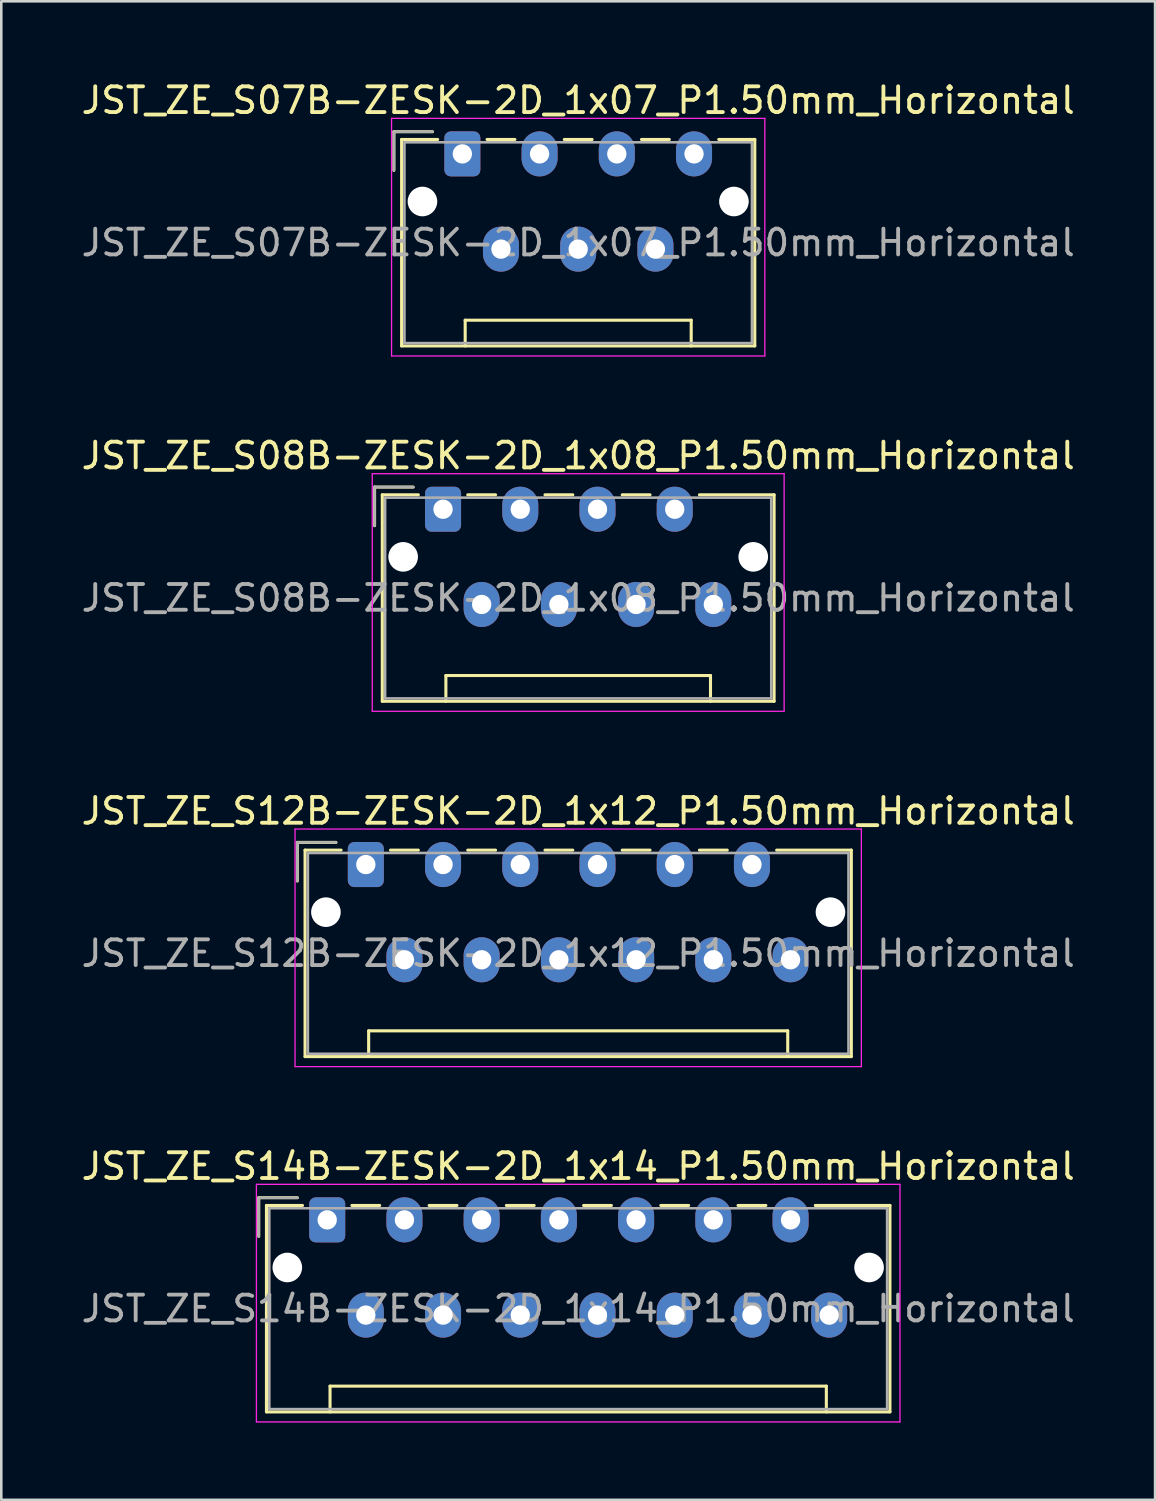
<source format=kicad_pcb>
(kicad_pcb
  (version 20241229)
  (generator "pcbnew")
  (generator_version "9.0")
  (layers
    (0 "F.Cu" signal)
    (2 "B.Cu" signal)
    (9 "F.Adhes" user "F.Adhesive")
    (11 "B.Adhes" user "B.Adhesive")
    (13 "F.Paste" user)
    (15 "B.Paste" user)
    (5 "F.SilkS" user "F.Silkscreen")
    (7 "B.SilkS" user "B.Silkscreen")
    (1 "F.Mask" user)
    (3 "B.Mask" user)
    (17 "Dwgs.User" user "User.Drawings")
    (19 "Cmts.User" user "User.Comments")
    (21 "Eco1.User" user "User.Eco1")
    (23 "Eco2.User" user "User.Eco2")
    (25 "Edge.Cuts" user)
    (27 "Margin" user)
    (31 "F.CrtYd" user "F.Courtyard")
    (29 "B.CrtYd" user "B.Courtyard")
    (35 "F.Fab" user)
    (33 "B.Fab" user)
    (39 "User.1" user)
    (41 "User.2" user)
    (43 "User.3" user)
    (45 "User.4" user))
  (footprint "JST_ZE_S14B-ZESK-2D_1x14_P1.50mm_Horizontal"
    (layer "F.Cu")
    (at 9.661 44.338)
    (property "Reference" "JST_ZE_S14B-ZESK-2D_1x14_P1.50mm_Horizontal" (at 9.75 -2.08 0) (layer "F.SilkS") (effects (font (size 1 1) (thickness 0.15))))
    (attr through_hole)
    (fp_line (start -2.66 -0.86) (end -1.16 -0.86) (stroke (width 0.12) (type solid)) (layer "F.SilkS"))
    (fp_line (start -2.66 0.64) (end -2.66 -0.86) (stroke (width 0.12) (type solid)) (layer "F.SilkS"))
    (fp_line (start -2.36 -0.56) (end -2.36 7.46) (stroke (width 0.12) (type solid)) (layer "F.SilkS"))
    (fp_line (start -2.36 7.46) (end 21.86 7.46) (stroke (width 0.12) (type solid)) (layer "F.SilkS"))
    (fp_line (start -0.96 -0.56) (end -2.36 -0.56) (stroke (width 0.12) (type solid)) (layer "F.SilkS"))
    (fp_line (start 0.11 6.46) (end 19.39 6.46) (stroke (width 0.12) (type solid)) (layer "F.SilkS"))
    (fp_line (start 0.11 7.46) (end 0.11 6.46) (stroke (width 0.12) (type solid)) (layer "F.SilkS"))
    (fp_line (start 0.96 -0.56) (end 2.04 -0.56) (stroke (width 0.12) (type solid)) (layer "F.SilkS"))
    (fp_line (start 3.96 -0.56) (end 5.04 -0.56) (stroke (width 0.12) (type solid)) (layer "F.SilkS"))
    (fp_line (start 6.96 -0.56) (end 8.04 -0.56) (stroke (width 0.12) (type solid)) (layer "F.SilkS"))
    (fp_line (start 9.96 -0.56) (end 11.04 -0.56) (stroke (width 0.12) (type solid)) (layer "F.SilkS"))
    (fp_line (start 12.96 -0.56) (end 14.04 -0.56) (stroke (width 0.12) (type solid)) (layer "F.SilkS"))
    (fp_line (start 15.96 -0.56) (end 17.04 -0.56) (stroke (width 0.12) (type solid)) (layer "F.SilkS"))
    (fp_line (start 19.39 6.46) (end 19.39 7.46) (stroke (width 0.12) (type solid)) (layer "F.SilkS"))
    (fp_line (start 21.86 -0.56) (end 18.96 -0.56) (stroke (width 0.12) (type solid)) (layer "F.SilkS"))
    (fp_line (start 21.86 7.46) (end 21.86 -0.56) (stroke (width 0.12) (type solid)) (layer "F.SilkS"))
    (fp_line (start -2.75 -1.38) (end -2.75 7.85) (stroke (width 0.05) (type solid)) (layer "F.CrtYd"))
    (fp_line (start -2.75 7.85) (end 22.25 7.85) (stroke (width 0.05) (type solid)) (layer "F.CrtYd"))
    (fp_line (start 22.25 -1.38) (end -2.75 -1.38) (stroke (width 0.05) (type solid)) (layer "F.CrtYd"))
    (fp_line (start 22.25 7.85) (end 22.25 -1.38) (stroke (width 0.05) (type solid)) (layer "F.CrtYd"))
    (fp_line (start -2.66 -0.86) (end -1.16 -0.86) (stroke (width 0.1) (type solid)) (layer "F.Fab"))
    (fp_line (start -2.66 0.64) (end -2.66 -0.86) (stroke (width 0.1) (type solid)) (layer "F.Fab"))
    (fp_line (start -2.25 -0.45) (end -2.25 7.35) (stroke (width 0.1) (type solid)) (layer "F.Fab"))
    (fp_line (start -2.25 7.35) (end 21.75 7.35) (stroke (width 0.1) (type solid)) (layer "F.Fab"))
    (fp_line (start 21.75 -0.45) (end -2.25 -0.45) (stroke (width 0.1) (type solid)) (layer "F.Fab"))
    (fp_line (start 21.75 7.35) (end 21.75 -0.45) (stroke (width 0.1) (type solid)) (layer "F.Fab"))
    (fp_text user "${REFERENCE}" (at 9.75 3.45 0) (layer "F.Fab") (effects (font (size 1 1) (thickness 0.15))))
    (pad "" np_thru_hole circle (at -1.55 1.85) (size 1.15 1.15) (drill 1.15) (layers "*.Cu" "*.Mask"))
    (pad "" np_thru_hole circle (at 21.05 1.85) (size 1.15 1.15) (drill 1.15) (layers "*.Cu" "*.Mask"))
    (pad "1" thru_hole roundrect (at 0 0) (size 1.4 1.75) (drill 0.75) (layers "*.Cu" "*.Mask") (roundrect_rratio 0.179))
    (pad "2" thru_hole oval (at 1.5 3.7) (size 1.4 1.75) (drill 0.75) (layers "*.Cu" "*.Mask"))
    (pad "3" thru_hole oval (at 3 0) (size 1.4 1.75) (drill 0.75) (layers "*.Cu" "*.Mask"))
    (pad "4" thru_hole oval (at 4.5 3.7) (size 1.4 1.75) (drill 0.75) (layers "*.Cu" "*.Mask"))
    (pad "5" thru_hole oval (at 6 0) (size 1.4 1.75) (drill 0.75) (layers "*.Cu" "*.Mask"))
    (pad "6" thru_hole oval (at 7.5 3.7) (size 1.4 1.75) (drill 0.75) (layers "*.Cu" "*.Mask"))
    (pad "7" thru_hole oval (at 9 0) (size 1.4 1.75) (drill 0.75) (layers "*.Cu" "*.Mask"))
    (pad "8" thru_hole oval (at 10.5 3.7) (size 1.4 1.75) (drill 0.75) (layers "*.Cu" "*.Mask"))
    (pad "9" thru_hole oval (at 12 0) (size 1.4 1.75) (drill 0.75) (layers "*.Cu" "*.Mask"))
    (pad "10" thru_hole oval (at 13.5 3.7) (size 1.4 1.75) (drill 0.75) (layers "*.Cu" "*.Mask"))
    (pad "11" thru_hole oval (at 15 0) (size 1.4 1.75) (drill 0.75) (layers "*.Cu" "*.Mask"))
    (pad "12" thru_hole oval (at 16.5 3.7) (size 1.4 1.75) (drill 0.75) (layers "*.Cu" "*.Mask"))
    (pad "13" thru_hole oval (at 18 0) (size 1.4 1.75) (drill 0.75) (layers "*.Cu" "*.Mask"))
    (pad "14" thru_hole oval (at 19.5 3.7) (size 1.4 1.75) (drill 0.75) (layers "*.Cu" "*.Mask")))
  (footprint "JST_ZE_S07B-ZESK-2D_1x07_P1.50mm_Horizontal"
    (layer "F.Cu")
    (at 14.911 2.928)
    (property "Reference" "JST_ZE_S07B-ZESK-2D_1x07_P1.50mm_Horizontal" (at 4.5 -2.08 0) (layer "F.SilkS") (effects (font (size 1 1) (thickness 0.15))))
    (attr through_hole)
    (fp_line (start -2.66 -0.86) (end -1.16 -0.86) (stroke (width 0.12) (type solid)) (layer "F.SilkS"))
    (fp_line (start -2.66 0.64) (end -2.66 -0.86) (stroke (width 0.12) (type solid)) (layer "F.SilkS"))
    (fp_line (start -2.36 -0.56) (end -2.36 7.46) (stroke (width 0.12) (type solid)) (layer "F.SilkS"))
    (fp_line (start -2.36 7.46) (end 11.36 7.46) (stroke (width 0.12) (type solid)) (layer "F.SilkS"))
    (fp_line (start -0.96 -0.56) (end -2.36 -0.56) (stroke (width 0.12) (type solid)) (layer "F.SilkS"))
    (fp_line (start 0.11 6.46) (end 8.89 6.46) (stroke (width 0.12) (type solid)) (layer "F.SilkS"))
    (fp_line (start 0.11 7.46) (end 0.11 6.46) (stroke (width 0.12) (type solid)) (layer "F.SilkS"))
    (fp_line (start 0.96 -0.56) (end 2.04 -0.56) (stroke (width 0.12) (type solid)) (layer "F.SilkS"))
    (fp_line (start 3.96 -0.56) (end 5.04 -0.56) (stroke (width 0.12) (type solid)) (layer "F.SilkS"))
    (fp_line (start 6.96 -0.56) (end 8.04 -0.56) (stroke (width 0.12) (type solid)) (layer "F.SilkS"))
    (fp_line (start 8.89 6.46) (end 8.89 7.46) (stroke (width 0.12) (type solid)) (layer "F.SilkS"))
    (fp_line (start 11.36 -0.56) (end 9.96 -0.56) (stroke (width 0.12) (type solid)) (layer "F.SilkS"))
    (fp_line (start 11.36 7.46) (end 11.36 -0.56) (stroke (width 0.12) (type solid)) (layer "F.SilkS"))
    (fp_line (start -2.75 -1.38) (end -2.75 7.85) (stroke (width 0.05) (type solid)) (layer "F.CrtYd"))
    (fp_line (start -2.75 7.85) (end 11.75 7.85) (stroke (width 0.05) (type solid)) (layer "F.CrtYd"))
    (fp_line (start 11.75 -1.38) (end -2.75 -1.38) (stroke (width 0.05) (type solid)) (layer "F.CrtYd"))
    (fp_line (start 11.75 7.85) (end 11.75 -1.38) (stroke (width 0.05) (type solid)) (layer "F.CrtYd"))
    (fp_line (start -2.66 -0.86) (end -1.16 -0.86) (stroke (width 0.1) (type solid)) (layer "F.Fab"))
    (fp_line (start -2.66 0.64) (end -2.66 -0.86) (stroke (width 0.1) (type solid)) (layer "F.Fab"))
    (fp_line (start -2.25 -0.45) (end -2.25 7.35) (stroke (width 0.1) (type solid)) (layer "F.Fab"))
    (fp_line (start -2.25 7.35) (end 11.25 7.35) (stroke (width 0.1) (type solid)) (layer "F.Fab"))
    (fp_line (start 11.25 -0.45) (end -2.25 -0.45) (stroke (width 0.1) (type solid)) (layer "F.Fab"))
    (fp_line (start 11.25 7.35) (end 11.25 -0.45) (stroke (width 0.1) (type solid)) (layer "F.Fab"))
    (fp_text user "${REFERENCE}" (at 4.5 3.45 0) (layer "F.Fab") (effects (font (size 1 1) (thickness 0.15))))
    (pad "" np_thru_hole circle (at -1.55 1.85) (size 1.15 1.15) (drill 1.15) (layers "*.Cu" "*.Mask"))
    (pad "" np_thru_hole circle (at 10.55 1.85) (size 1.15 1.15) (drill 1.15) (layers "*.Cu" "*.Mask"))
    (pad "1" thru_hole roundrect (at 0 0) (size 1.4 1.75) (drill 0.75) (layers "*.Cu" "*.Mask") (roundrect_rratio 0.179))
    (pad "2" thru_hole oval (at 1.5 3.7) (size 1.4 1.75) (drill 0.75) (layers "*.Cu" "*.Mask"))
    (pad "3" thru_hole oval (at 3 0) (size 1.4 1.75) (drill 0.75) (layers "*.Cu" "*.Mask"))
    (pad "4" thru_hole oval (at 4.5 3.7) (size 1.4 1.75) (drill 0.75) (layers "*.Cu" "*.Mask"))
    (pad "5" thru_hole oval (at 6 0) (size 1.4 1.75) (drill 0.75) (layers "*.Cu" "*.Mask"))
    (pad "6" thru_hole oval (at 7.5 3.7) (size 1.4 1.75) (drill 0.75) (layers "*.Cu" "*.Mask"))
    (pad "7" thru_hole oval (at 9 0) (size 1.4 1.75) (drill 0.75) (layers "*.Cu" "*.Mask")))
  (footprint "JST_ZE_S08B-ZESK-2D_1x08_P1.50mm_Horizontal"
    (layer "F.Cu")
    (at 14.161 16.732)
    (property "Reference" "JST_ZE_S08B-ZESK-2D_1x08_P1.50mm_Horizontal" (at 5.25 -2.08 0) (layer "F.SilkS") (effects (font (size 1 1) (thickness 0.15))))
    (attr through_hole)
    (fp_line (start -2.66 -0.86) (end -1.16 -0.86) (stroke (width 0.12) (type solid)) (layer "F.SilkS"))
    (fp_line (start -2.66 0.64) (end -2.66 -0.86) (stroke (width 0.12) (type solid)) (layer "F.SilkS"))
    (fp_line (start -2.36 -0.56) (end -2.36 7.46) (stroke (width 0.12) (type solid)) (layer "F.SilkS"))
    (fp_line (start -2.36 7.46) (end 12.86 7.46) (stroke (width 0.12) (type solid)) (layer "F.SilkS"))
    (fp_line (start -0.96 -0.56) (end -2.36 -0.56) (stroke (width 0.12) (type solid)) (layer "F.SilkS"))
    (fp_line (start 0.11 6.46) (end 10.39 6.46) (stroke (width 0.12) (type solid)) (layer "F.SilkS"))
    (fp_line (start 0.11 7.46) (end 0.11 6.46) (stroke (width 0.12) (type solid)) (layer "F.SilkS"))
    (fp_line (start 0.96 -0.56) (end 2.04 -0.56) (stroke (width 0.12) (type solid)) (layer "F.SilkS"))
    (fp_line (start 3.96 -0.56) (end 5.04 -0.56) (stroke (width 0.12) (type solid)) (layer "F.SilkS"))
    (fp_line (start 6.96 -0.56) (end 8.04 -0.56) (stroke (width 0.12) (type solid)) (layer "F.SilkS"))
    (fp_line (start 10.39 6.46) (end 10.39 7.46) (stroke (width 0.12) (type solid)) (layer "F.SilkS"))
    (fp_line (start 12.86 -0.56) (end 9.96 -0.56) (stroke (width 0.12) (type solid)) (layer "F.SilkS"))
    (fp_line (start 12.86 7.46) (end 12.86 -0.56) (stroke (width 0.12) (type solid)) (layer "F.SilkS"))
    (fp_line (start -2.75 -1.38) (end -2.75 7.85) (stroke (width 0.05) (type solid)) (layer "F.CrtYd"))
    (fp_line (start -2.75 7.85) (end 13.25 7.85) (stroke (width 0.05) (type solid)) (layer "F.CrtYd"))
    (fp_line (start 13.25 -1.38) (end -2.75 -1.38) (stroke (width 0.05) (type solid)) (layer "F.CrtYd"))
    (fp_line (start 13.25 7.85) (end 13.25 -1.38) (stroke (width 0.05) (type solid)) (layer "F.CrtYd"))
    (fp_line (start -2.66 -0.86) (end -1.16 -0.86) (stroke (width 0.1) (type solid)) (layer "F.Fab"))
    (fp_line (start -2.66 0.64) (end -2.66 -0.86) (stroke (width 0.1) (type solid)) (layer "F.Fab"))
    (fp_line (start -2.25 -0.45) (end -2.25 7.35) (stroke (width 0.1) (type solid)) (layer "F.Fab"))
    (fp_line (start -2.25 7.35) (end 12.75 7.35) (stroke (width 0.1) (type solid)) (layer "F.Fab"))
    (fp_line (start 12.75 -0.45) (end -2.25 -0.45) (stroke (width 0.1) (type solid)) (layer "F.Fab"))
    (fp_line (start 12.75 7.35) (end 12.75 -0.45) (stroke (width 0.1) (type solid)) (layer "F.Fab"))
    (fp_text user "${REFERENCE}" (at 5.25 3.45 0) (layer "F.Fab") (effects (font (size 1 1) (thickness 0.15))))
    (pad "" np_thru_hole circle (at -1.55 1.85) (size 1.15 1.15) (drill 1.15) (layers "*.Cu" "*.Mask"))
    (pad "" np_thru_hole circle (at 12.05 1.85) (size 1.15 1.15) (drill 1.15) (layers "*.Cu" "*.Mask"))
    (pad "1" thru_hole roundrect (at 0 0) (size 1.4 1.75) (drill 0.75) (layers "*.Cu" "*.Mask") (roundrect_rratio 0.179))
    (pad "2" thru_hole oval (at 1.5 3.7) (size 1.4 1.75) (drill 0.75) (layers "*.Cu" "*.Mask"))
    (pad "3" thru_hole oval (at 3 0) (size 1.4 1.75) (drill 0.75) (layers "*.Cu" "*.Mask"))
    (pad "4" thru_hole oval (at 4.5 3.7) (size 1.4 1.75) (drill 0.75) (layers "*.Cu" "*.Mask"))
    (pad "5" thru_hole oval (at 6 0) (size 1.4 1.75) (drill 0.75) (layers "*.Cu" "*.Mask"))
    (pad "6" thru_hole oval (at 7.5 3.7) (size 1.4 1.75) (drill 0.75) (layers "*.Cu" "*.Mask"))
    (pad "7" thru_hole oval (at 9 0) (size 1.4 1.75) (drill 0.75) (layers "*.Cu" "*.Mask"))
    (pad "8" thru_hole oval (at 10.5 3.7) (size 1.4 1.75) (drill 0.75) (layers "*.Cu" "*.Mask")))
  (footprint "JST_ZE_S12B-ZESK-2D_1x12_P1.50mm_Horizontal"
    (layer "F.Cu")
    (at 11.161 30.535)
    (property "Reference" "JST_ZE_S12B-ZESK-2D_1x12_P1.50mm_Horizontal" (at 8.25 -2.08 0) (layer "F.SilkS") (effects (font (size 1 1) (thickness 0.15))))
    (attr through_hole)
    (fp_line (start -2.66 -0.86) (end -1.16 -0.86) (stroke (width 0.12) (type solid)) (layer "F.SilkS"))
    (fp_line (start -2.66 0.64) (end -2.66 -0.86) (stroke (width 0.12) (type solid)) (layer "F.SilkS"))
    (fp_line (start -2.36 -0.56) (end -2.36 7.46) (stroke (width 0.12) (type solid)) (layer "F.SilkS"))
    (fp_line (start -2.36 7.46) (end 18.86 7.46) (stroke (width 0.12) (type solid)) (layer "F.SilkS"))
    (fp_line (start -0.96 -0.56) (end -2.36 -0.56) (stroke (width 0.12) (type solid)) (layer "F.SilkS"))
    (fp_line (start 0.11 6.46) (end 16.39 6.46) (stroke (width 0.12) (type solid)) (layer "F.SilkS"))
    (fp_line (start 0.11 7.46) (end 0.11 6.46) (stroke (width 0.12) (type solid)) (layer "F.SilkS"))
    (fp_line (start 0.96 -0.56) (end 2.04 -0.56) (stroke (width 0.12) (type solid)) (layer "F.SilkS"))
    (fp_line (start 3.96 -0.56) (end 5.04 -0.56) (stroke (width 0.12) (type solid)) (layer "F.SilkS"))
    (fp_line (start 6.96 -0.56) (end 8.04 -0.56) (stroke (width 0.12) (type solid)) (layer "F.SilkS"))
    (fp_line (start 9.96 -0.56) (end 11.04 -0.56) (stroke (width 0.12) (type solid)) (layer "F.SilkS"))
    (fp_line (start 12.96 -0.56) (end 14.04 -0.56) (stroke (width 0.12) (type solid)) (layer "F.SilkS"))
    (fp_line (start 16.39 6.46) (end 16.39 7.46) (stroke (width 0.12) (type solid)) (layer "F.SilkS"))
    (fp_line (start 18.86 -0.56) (end 15.96 -0.56) (stroke (width 0.12) (type solid)) (layer "F.SilkS"))
    (fp_line (start 18.86 7.46) (end 18.86 -0.56) (stroke (width 0.12) (type solid)) (layer "F.SilkS"))
    (fp_line (start -2.75 -1.38) (end -2.75 7.85) (stroke (width 0.05) (type solid)) (layer "F.CrtYd"))
    (fp_line (start -2.75 7.85) (end 19.25 7.85) (stroke (width 0.05) (type solid)) (layer "F.CrtYd"))
    (fp_line (start 19.25 -1.38) (end -2.75 -1.38) (stroke (width 0.05) (type solid)) (layer "F.CrtYd"))
    (fp_line (start 19.25 7.85) (end 19.25 -1.38) (stroke (width 0.05) (type solid)) (layer "F.CrtYd"))
    (fp_line (start -2.66 -0.86) (end -1.16 -0.86) (stroke (width 0.1) (type solid)) (layer "F.Fab"))
    (fp_line (start -2.66 0.64) (end -2.66 -0.86) (stroke (width 0.1) (type solid)) (layer "F.Fab"))
    (fp_line (start -2.25 -0.45) (end -2.25 7.35) (stroke (width 0.1) (type solid)) (layer "F.Fab"))
    (fp_line (start -2.25 7.35) (end 18.75 7.35) (stroke (width 0.1) (type solid)) (layer "F.Fab"))
    (fp_line (start 18.75 -0.45) (end -2.25 -0.45) (stroke (width 0.1) (type solid)) (layer "F.Fab"))
    (fp_line (start 18.75 7.35) (end 18.75 -0.45) (stroke (width 0.1) (type solid)) (layer "F.Fab"))
    (fp_text user "${REFERENCE}" (at 8.25 3.45 0) (layer "F.Fab") (effects (font (size 1 1) (thickness 0.15))))
    (pad "" np_thru_hole circle (at -1.55 1.85) (size 1.15 1.15) (drill 1.15) (layers "*.Cu" "*.Mask"))
    (pad "" np_thru_hole circle (at 18.05 1.85) (size 1.15 1.15) (drill 1.15) (layers "*.Cu" "*.Mask"))
    (pad "1" thru_hole roundrect (at 0 0) (size 1.4 1.75) (drill 0.75) (layers "*.Cu" "*.Mask") (roundrect_rratio 0.179))
    (pad "2" thru_hole oval (at 1.5 3.7) (size 1.4 1.75) (drill 0.75) (layers "*.Cu" "*.Mask"))
    (pad "3" thru_hole oval (at 3 0) (size 1.4 1.75) (drill 0.75) (layers "*.Cu" "*.Mask"))
    (pad "4" thru_hole oval (at 4.5 3.7) (size 1.4 1.75) (drill 0.75) (layers "*.Cu" "*.Mask"))
    (pad "5" thru_hole oval (at 6 0) (size 1.4 1.75) (drill 0.75) (layers "*.Cu" "*.Mask"))
    (pad "6" thru_hole oval (at 7.5 3.7) (size 1.4 1.75) (drill 0.75) (layers "*.Cu" "*.Mask"))
    (pad "7" thru_hole oval (at 9 0) (size 1.4 1.75) (drill 0.75) (layers "*.Cu" "*.Mask"))
    (pad "8" thru_hole oval (at 10.5 3.7) (size 1.4 1.75) (drill 0.75) (layers "*.Cu" "*.Mask"))
    (pad "9" thru_hole oval (at 12 0) (size 1.4 1.75) (drill 0.75) (layers "*.Cu" "*.Mask"))
    (pad "10" thru_hole oval (at 13.5 3.7) (size 1.4 1.75) (drill 0.75) (layers "*.Cu" "*.Mask"))
    (pad "11" thru_hole oval (at 15 0) (size 1.4 1.75) (drill 0.75) (layers "*.Cu" "*.Mask"))
    (pad "12" thru_hole oval (at 16.5 3.7) (size 1.4 1.75) (drill 0.75) (layers "*.Cu" "*.Mask")))
  (gr_rect
    (start -3 -3)
    (end 41.821 55.213)
    (stroke (width 0.1) (type default))
    (fill no)
    (layer "Edge.Cuts")))
</source>
